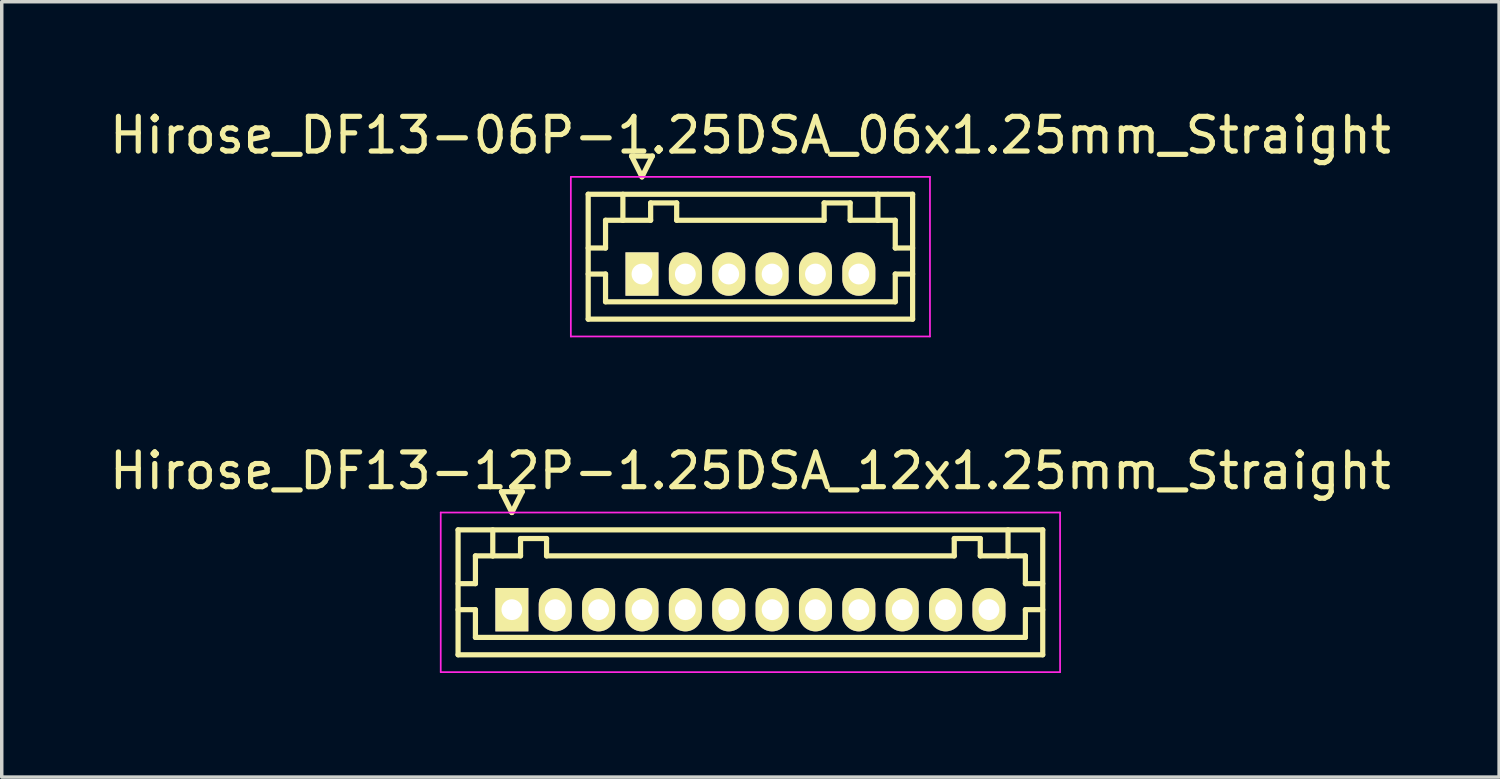
<source format=kicad_pcb>
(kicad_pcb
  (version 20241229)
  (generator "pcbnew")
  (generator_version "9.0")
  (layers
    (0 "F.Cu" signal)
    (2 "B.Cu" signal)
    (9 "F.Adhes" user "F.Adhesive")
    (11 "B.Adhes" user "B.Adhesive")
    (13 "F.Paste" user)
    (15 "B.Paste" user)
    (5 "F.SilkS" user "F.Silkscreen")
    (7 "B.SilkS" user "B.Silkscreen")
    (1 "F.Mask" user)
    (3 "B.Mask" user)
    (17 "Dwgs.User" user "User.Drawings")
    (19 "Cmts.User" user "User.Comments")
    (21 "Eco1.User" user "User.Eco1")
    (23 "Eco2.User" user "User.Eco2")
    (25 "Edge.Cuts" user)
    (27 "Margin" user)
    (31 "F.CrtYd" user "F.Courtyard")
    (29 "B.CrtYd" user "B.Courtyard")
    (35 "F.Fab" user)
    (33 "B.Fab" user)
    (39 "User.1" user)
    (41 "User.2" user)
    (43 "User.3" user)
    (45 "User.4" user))
  (footprint "Hirose_DF13-12P-1.25DSA_12x1.25mm_Straight"
    (layer "F.Cu")
    (at 11.702 14.521)
    (property "Reference" "Hirose_DF13-12P-1.25DSA_12x1.25mm_Straight" (at 6.875 -4 0) (layer "F.SilkS") (effects (font (size 1 1) (thickness 0.15))))
    (attr through_hole)
    (fp_line (start -1.55 -2.3) (end -1.55 1.3) (stroke (width 0.15) (type solid)) (layer "F.SilkS"))
    (fp_line (start -1.55 -0.75) (end -1.05 -0.75) (stroke (width 0.15) (type solid)) (layer "F.SilkS"))
    (fp_line (start -1.55 0) (end -1.05 0) (stroke (width 0.15) (type solid)) (layer "F.SilkS"))
    (fp_line (start -1.55 1.3) (end 15.3 1.3) (stroke (width 0.15) (type solid)) (layer "F.SilkS"))
    (fp_line (start -1.05 -1.55) (end -0.55 -1.55) (stroke (width 0.15) (type solid)) (layer "F.SilkS"))
    (fp_line (start -1.05 -0.75) (end -1.05 -1.55) (stroke (width 0.15) (type solid)) (layer "F.SilkS"))
    (fp_line (start -1.05 0) (end -1.05 0.8) (stroke (width 0.15) (type solid)) (layer "F.SilkS"))
    (fp_line (start -1.05 0.8) (end 14.8 0.8) (stroke (width 0.15) (type solid)) (layer "F.SilkS"))
    (fp_line (start -0.55 -1.55) (end -0.55 -2.3) (stroke (width 0.15) (type solid)) (layer "F.SilkS"))
    (fp_line (start -0.55 -1.55) (end 0.25 -1.55) (stroke (width 0.15) (type solid)) (layer "F.SilkS"))
    (fp_line (start -0.3 -3.4) (end 0.3 -3.4) (stroke (width 0.15) (type solid)) (layer "F.SilkS"))
    (fp_line (start 0 -2.8) (end -0.3 -3.4) (stroke (width 0.15) (type solid)) (layer "F.SilkS"))
    (fp_line (start 0.25 -2.05) (end 1 -2.05) (stroke (width 0.15) (type solid)) (layer "F.SilkS"))
    (fp_line (start 0.25 -1.55) (end 0.25 -2.05) (stroke (width 0.15) (type solid)) (layer "F.SilkS"))
    (fp_line (start 0.3 -3.4) (end 0 -2.8) (stroke (width 0.15) (type solid)) (layer "F.SilkS"))
    (fp_line (start 1 -2.05) (end 1 -1.55) (stroke (width 0.15) (type solid)) (layer "F.SilkS"))
    (fp_line (start 1 -1.55) (end 12.75 -1.55) (stroke (width 0.15) (type solid)) (layer "F.SilkS"))
    (fp_line (start 12.75 -2.05) (end 13.5 -2.05) (stroke (width 0.15) (type solid)) (layer "F.SilkS"))
    (fp_line (start 12.75 -1.55) (end 12.75 -2.05) (stroke (width 0.15) (type solid)) (layer "F.SilkS"))
    (fp_line (start 13.5 -2.05) (end 13.5 -1.55) (stroke (width 0.15) (type solid)) (layer "F.SilkS"))
    (fp_line (start 13.5 -1.55) (end 14.3 -1.55) (stroke (width 0.15) (type solid)) (layer "F.SilkS"))
    (fp_line (start 14.3 -1.55) (end 14.3 -2.3) (stroke (width 0.15) (type solid)) (layer "F.SilkS"))
    (fp_line (start 14.8 -1.55) (end 14.3 -1.55) (stroke (width 0.15) (type solid)) (layer "F.SilkS"))
    (fp_line (start 14.8 -0.75) (end 14.8 -1.55) (stroke (width 0.15) (type solid)) (layer "F.SilkS"))
    (fp_line (start 14.8 0) (end 15.3 0) (stroke (width 0.15) (type solid)) (layer "F.SilkS"))
    (fp_line (start 14.8 0.8) (end 14.8 0) (stroke (width 0.15) (type solid)) (layer "F.SilkS"))
    (fp_line (start 15.3 -2.3) (end -1.55 -2.3) (stroke (width 0.15) (type solid)) (layer "F.SilkS"))
    (fp_line (start 15.3 -0.75) (end 14.8 -0.75) (stroke (width 0.15) (type solid)) (layer "F.SilkS"))
    (fp_line (start 15.3 1.3) (end 15.3 -2.3) (stroke (width 0.15) (type solid)) (layer "F.SilkS"))
    (fp_line (start -2.05 -2.8) (end -2.05 1.8) (stroke (width 0.05) (type solid)) (layer "F.CrtYd"))
    (fp_line (start -2.05 1.8) (end 15.8 1.8) (stroke (width 0.05) (type solid)) (layer "F.CrtYd"))
    (fp_line (start 15.8 -2.8) (end -2.05 -2.8) (stroke (width 0.05) (type solid)) (layer "F.CrtYd"))
    (fp_line (start 15.8 1.8) (end 15.8 -2.8) (stroke (width 0.05) (type solid)) (layer "F.CrtYd"))
    (pad "1" thru_hole rect (at 0 0) (size 0.95 1.25) (drill 0.6) (layers "*.Cu" "*.Mask" "F.SilkS"))
    (pad "2" thru_hole oval (at 1.25 0) (size 0.95 1.25) (drill 0.6) (layers "*.Cu" "*.Mask" "F.SilkS"))
    (pad "3" thru_hole oval (at 2.5 0) (size 0.95 1.25) (drill 0.6) (layers "*.Cu" "*.Mask" "F.SilkS"))
    (pad "4" thru_hole oval (at 3.75 0) (size 0.95 1.25) (drill 0.6) (layers "*.Cu" "*.Mask" "F.SilkS"))
    (pad "5" thru_hole oval (at 5 0) (size 0.95 1.25) (drill 0.6) (layers "*.Cu" "*.Mask" "F.SilkS"))
    (pad "6" thru_hole oval (at 6.25 0) (size 0.95 1.25) (drill 0.6) (layers "*.Cu" "*.Mask" "F.SilkS"))
    (pad "7" thru_hole oval (at 7.5 0) (size 0.95 1.25) (drill 0.6) (layers "*.Cu" "*.Mask" "F.SilkS"))
    (pad "8" thru_hole oval (at 8.75 0) (size 0.95 1.25) (drill 0.6) (layers "*.Cu" "*.Mask" "F.SilkS"))
    (pad "9" thru_hole oval (at 10 0) (size 0.95 1.25) (drill 0.6) (layers "*.Cu" "*.Mask" "F.SilkS"))
    (pad "10" thru_hole oval (at 11.25 0) (size 0.95 1.25) (drill 0.6) (layers "*.Cu" "*.Mask" "F.SilkS"))
    (pad "11" thru_hole oval (at 12.5 0) (size 0.95 1.25) (drill 0.6) (layers "*.Cu" "*.Mask" "F.SilkS"))
    (pad "12" thru_hole oval (at 13.75 0) (size 0.95 1.25) (drill 0.6) (layers "*.Cu" "*.Mask" "F.SilkS")))
  (footprint "Hirose_DF13-06P-1.25DSA_06x1.25mm_Straight"
    (layer "F.Cu")
    (at 15.452 4.848)
    (property "Reference" "Hirose_DF13-06P-1.25DSA_06x1.25mm_Straight" (at 3.125 -4 0) (layer "F.SilkS") (effects (font (size 1 1) (thickness 0.15))))
    (attr through_hole)
    (fp_line (start -1.55 -2.3) (end -1.55 1.3) (stroke (width 0.15) (type solid)) (layer "F.SilkS"))
    (fp_line (start -1.55 -0.75) (end -1.05 -0.75) (stroke (width 0.15) (type solid)) (layer "F.SilkS"))
    (fp_line (start -1.55 0) (end -1.05 0) (stroke (width 0.15) (type solid)) (layer "F.SilkS"))
    (fp_line (start -1.55 1.3) (end 7.8 1.3) (stroke (width 0.15) (type solid)) (layer "F.SilkS"))
    (fp_line (start -1.05 -1.55) (end -0.55 -1.55) (stroke (width 0.15) (type solid)) (layer "F.SilkS"))
    (fp_line (start -1.05 -0.75) (end -1.05 -1.55) (stroke (width 0.15) (type solid)) (layer "F.SilkS"))
    (fp_line (start -1.05 0) (end -1.05 0.8) (stroke (width 0.15) (type solid)) (layer "F.SilkS"))
    (fp_line (start -1.05 0.8) (end 7.3 0.8) (stroke (width 0.15) (type solid)) (layer "F.SilkS"))
    (fp_line (start -0.55 -1.55) (end -0.55 -2.3) (stroke (width 0.15) (type solid)) (layer "F.SilkS"))
    (fp_line (start -0.55 -1.55) (end 0.25 -1.55) (stroke (width 0.15) (type solid)) (layer "F.SilkS"))
    (fp_line (start -0.3 -3.4) (end 0.3 -3.4) (stroke (width 0.15) (type solid)) (layer "F.SilkS"))
    (fp_line (start 0 -2.8) (end -0.3 -3.4) (stroke (width 0.15) (type solid)) (layer "F.SilkS"))
    (fp_line (start 0.25 -2.05) (end 1 -2.05) (stroke (width 0.15) (type solid)) (layer "F.SilkS"))
    (fp_line (start 0.25 -1.55) (end 0.25 -2.05) (stroke (width 0.15) (type solid)) (layer "F.SilkS"))
    (fp_line (start 0.3 -3.4) (end 0 -2.8) (stroke (width 0.15) (type solid)) (layer "F.SilkS"))
    (fp_line (start 1 -2.05) (end 1 -1.55) (stroke (width 0.15) (type solid)) (layer "F.SilkS"))
    (fp_line (start 1 -1.55) (end 5.25 -1.55) (stroke (width 0.15) (type solid)) (layer "F.SilkS"))
    (fp_line (start 5.25 -2.05) (end 6 -2.05) (stroke (width 0.15) (type solid)) (layer "F.SilkS"))
    (fp_line (start 5.25 -1.55) (end 5.25 -2.05) (stroke (width 0.15) (type solid)) (layer "F.SilkS"))
    (fp_line (start 6 -2.05) (end 6 -1.55) (stroke (width 0.15) (type solid)) (layer "F.SilkS"))
    (fp_line (start 6 -1.55) (end 6.8 -1.55) (stroke (width 0.15) (type solid)) (layer "F.SilkS"))
    (fp_line (start 6.8 -1.55) (end 6.8 -2.3) (stroke (width 0.15) (type solid)) (layer "F.SilkS"))
    (fp_line (start 7.3 -1.55) (end 6.8 -1.55) (stroke (width 0.15) (type solid)) (layer "F.SilkS"))
    (fp_line (start 7.3 -0.75) (end 7.3 -1.55) (stroke (width 0.15) (type solid)) (layer "F.SilkS"))
    (fp_line (start 7.3 0) (end 7.8 0) (stroke (width 0.15) (type solid)) (layer "F.SilkS"))
    (fp_line (start 7.3 0.8) (end 7.3 0) (stroke (width 0.15) (type solid)) (layer "F.SilkS"))
    (fp_line (start 7.8 -2.3) (end -1.55 -2.3) (stroke (width 0.15) (type solid)) (layer "F.SilkS"))
    (fp_line (start 7.8 -0.75) (end 7.3 -0.75) (stroke (width 0.15) (type solid)) (layer "F.SilkS"))
    (fp_line (start 7.8 1.3) (end 7.8 -2.3) (stroke (width 0.15) (type solid)) (layer "F.SilkS"))
    (fp_line (start -2.05 -2.8) (end -2.05 1.8) (stroke (width 0.05) (type solid)) (layer "F.CrtYd"))
    (fp_line (start -2.05 1.8) (end 8.3 1.8) (stroke (width 0.05) (type solid)) (layer "F.CrtYd"))
    (fp_line (start 8.3 -2.8) (end -2.05 -2.8) (stroke (width 0.05) (type solid)) (layer "F.CrtYd"))
    (fp_line (start 8.3 1.8) (end 8.3 -2.8) (stroke (width 0.05) (type solid)) (layer "F.CrtYd"))
    (pad "1" thru_hole rect (at 0 0) (size 0.95 1.25) (drill 0.6) (layers "*.Cu" "*.Mask" "F.SilkS"))
    (pad "2" thru_hole oval (at 1.25 0) (size 0.95 1.25) (drill 0.6) (layers "*.Cu" "*.Mask" "F.SilkS"))
    (pad "3" thru_hole oval (at 2.5 0) (size 0.95 1.25) (drill 0.6) (layers "*.Cu" "*.Mask" "F.SilkS"))
    (pad "4" thru_hole oval (at 3.75 0) (size 0.95 1.25) (drill 0.6) (layers "*.Cu" "*.Mask" "F.SilkS"))
    (pad "5" thru_hole oval (at 5 0) (size 0.95 1.25) (drill 0.6) (layers "*.Cu" "*.Mask" "F.SilkS"))
    (pad "6" thru_hole oval (at 6.25 0) (size 0.95 1.25) (drill 0.6) (layers "*.Cu" "*.Mask" "F.SilkS")))
  (gr_rect
    (start -3 -3)
    (end 40.155 19.346)
    (stroke (width 0.1) (type default))
    (fill no)
    (layer "Edge.Cuts")))
</source>
